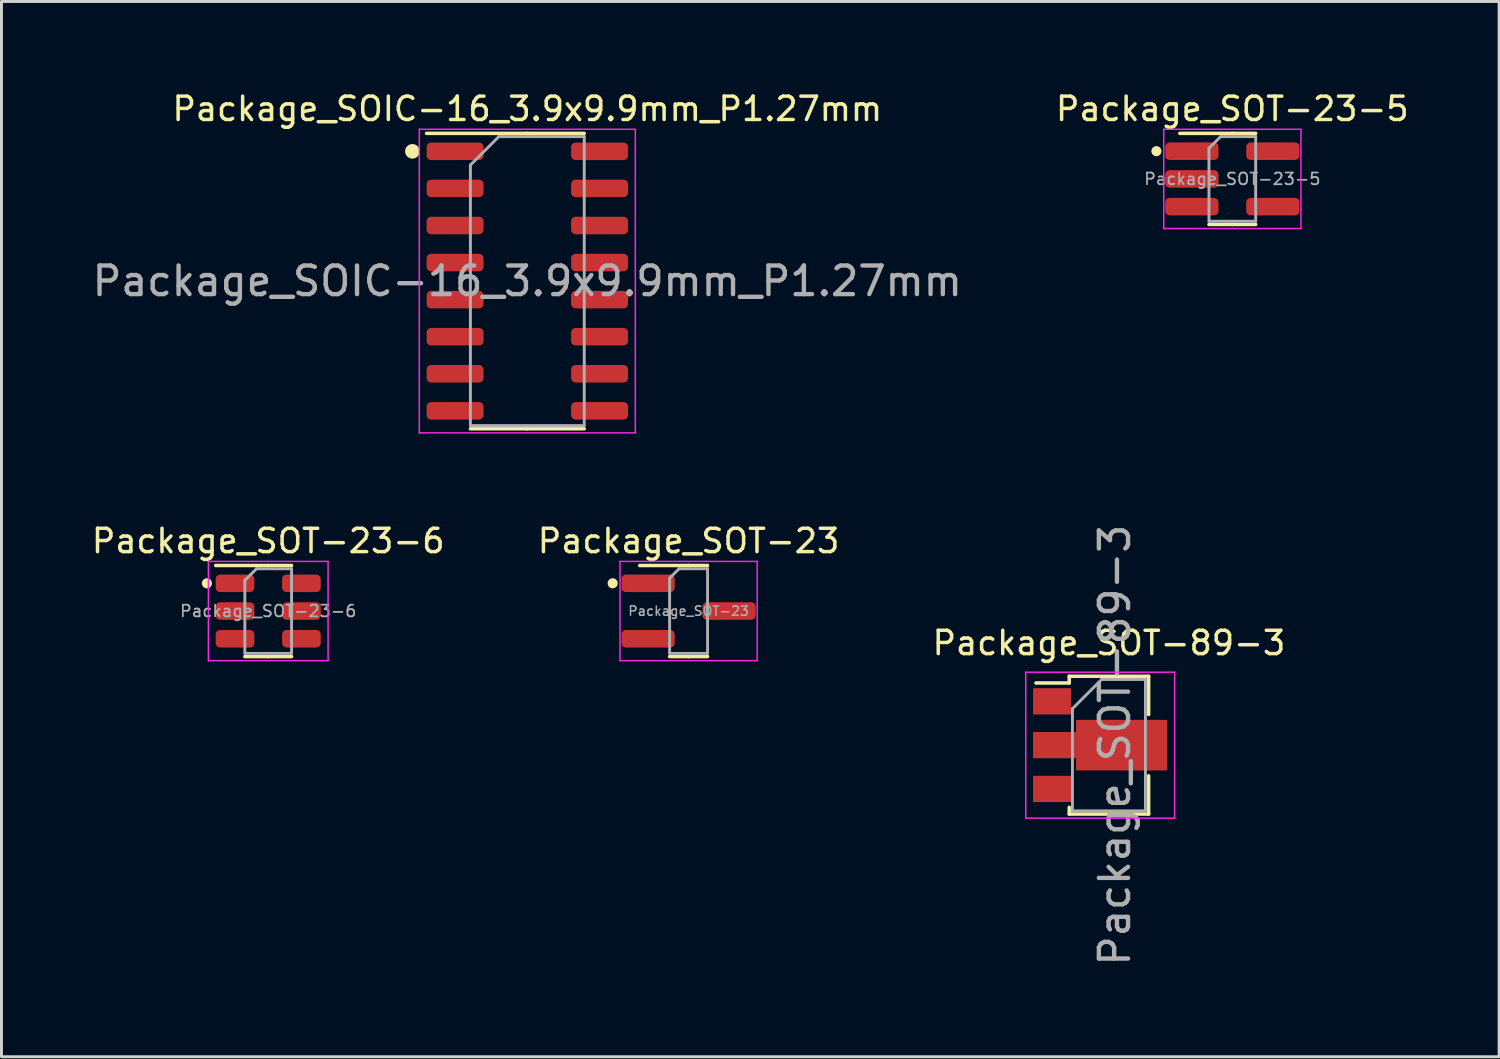
<source format=kicad_pcb>
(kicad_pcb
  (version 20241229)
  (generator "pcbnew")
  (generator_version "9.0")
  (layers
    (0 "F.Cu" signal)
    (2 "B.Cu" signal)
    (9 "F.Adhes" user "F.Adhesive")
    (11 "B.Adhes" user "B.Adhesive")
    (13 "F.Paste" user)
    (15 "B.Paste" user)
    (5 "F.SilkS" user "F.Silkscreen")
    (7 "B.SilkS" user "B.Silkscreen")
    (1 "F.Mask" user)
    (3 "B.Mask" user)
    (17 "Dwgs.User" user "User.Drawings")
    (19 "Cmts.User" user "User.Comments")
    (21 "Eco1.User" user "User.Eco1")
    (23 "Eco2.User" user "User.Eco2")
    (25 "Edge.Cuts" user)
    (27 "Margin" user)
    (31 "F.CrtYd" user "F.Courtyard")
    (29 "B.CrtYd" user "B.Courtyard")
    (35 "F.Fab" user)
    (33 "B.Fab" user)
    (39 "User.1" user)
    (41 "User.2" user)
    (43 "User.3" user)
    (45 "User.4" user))
  (footprint "Package_SOIC-16_3.9x9.9mm_P1.27mm"
    (layer "F.Cu")
    (at 15.014 6.579)
    (property "Reference" "Package_SOIC-16_3.9x9.9mm_P1.27mm" (at 0 -5.9 0) (layer "F.SilkS") (effects (font (size 0.8 0.8) (thickness 0.12))))
    (attr smd)
    (fp_line (start 0 -5.06) (end -3.45 -5.06) (stroke (width 0.12) (type solid)) (layer "F.SilkS"))
    (fp_line (start 0 -5.06) (end 1.95 -5.06) (stroke (width 0.12) (type solid)) (layer "F.SilkS"))
    (fp_line (start 0 5.06) (end -1.95 5.06) (stroke (width 0.12) (type solid)) (layer "F.SilkS"))
    (fp_line (start 0 5.06) (end 1.95 5.06) (stroke (width 0.12) (type solid)) (layer "F.SilkS"))
    (fp_circle (center -3.937 -4.445) (end -3.787 -4.445) (stroke (width 0.2) (type solid)) (fill yes) (layer "F.SilkS"))
    (fp_line (start -3.7 -5.2) (end -3.7 5.2) (stroke (width 0.05) (type solid)) (layer "F.CrtYd"))
    (fp_line (start -3.7 5.2) (end 3.7 5.2) (stroke (width 0.05) (type solid)) (layer "F.CrtYd"))
    (fp_line (start 3.7 -5.2) (end -3.7 -5.2) (stroke (width 0.05) (type solid)) (layer "F.CrtYd"))
    (fp_line (start 3.7 5.2) (end 3.7 -5.2) (stroke (width 0.05) (type solid)) (layer "F.CrtYd"))
    (fp_line (start -1.95 -3.975) (end -0.975 -4.95) (stroke (width 0.1) (type solid)) (layer "F.Fab"))
    (fp_line (start -1.95 4.95) (end -1.95 -3.975) (stroke (width 0.1) (type solid)) (layer "F.Fab"))
    (fp_line (start -0.975 -4.95) (end 1.95 -4.95) (stroke (width 0.1) (type solid)) (layer "F.Fab"))
    (fp_line (start 1.95 -4.95) (end 1.95 4.95) (stroke (width 0.1) (type solid)) (layer "F.Fab"))
    (fp_line (start 1.95 4.95) (end -1.95 4.95) (stroke (width 0.1) (type solid)) (layer "F.Fab"))
    (fp_text user "${REFERENCE}" (at 0 0 0) (layer "F.Fab") (effects (font (size 0.98 0.98) (thickness 0.15))))
    (pad "1" smd roundrect (at -2.475 -4.445) (size 1.95 0.6) (layers "F.Cu" "F.Mask" "F.Paste") (roundrect_rratio 0.25))
    (pad "2" smd roundrect (at -2.475 -3.175) (size 1.95 0.6) (layers "F.Cu" "F.Mask" "F.Paste") (roundrect_rratio 0.25))
    (pad "3" smd roundrect (at -2.475 -1.905) (size 1.95 0.6) (layers "F.Cu" "F.Mask" "F.Paste") (roundrect_rratio 0.25))
    (pad "4" smd roundrect (at -2.475 -0.635) (size 1.95 0.6) (layers "F.Cu" "F.Mask" "F.Paste") (roundrect_rratio 0.25))
    (pad "5" smd roundrect (at -2.475 0.635) (size 1.95 0.6) (layers "F.Cu" "F.Mask" "F.Paste") (roundrect_rratio 0.25))
    (pad "6" smd roundrect (at -2.475 1.905) (size 1.95 0.6) (layers "F.Cu" "F.Mask" "F.Paste") (roundrect_rratio 0.25))
    (pad "7" smd roundrect (at -2.475 3.175) (size 1.95 0.6) (layers "F.Cu" "F.Mask" "F.Paste") (roundrect_rratio 0.25))
    (pad "8" smd roundrect (at -2.475 4.445) (size 1.95 0.6) (layers "F.Cu" "F.Mask" "F.Paste") (roundrect_rratio 0.25))
    (pad "9" smd roundrect (at 2.475 4.445) (size 1.95 0.6) (layers "F.Cu" "F.Mask" "F.Paste") (roundrect_rratio 0.25))
    (pad "10" smd roundrect (at 2.475 3.175) (size 1.95 0.6) (layers "F.Cu" "F.Mask" "F.Paste") (roundrect_rratio 0.25))
    (pad "11" smd roundrect (at 2.475 1.905) (size 1.95 0.6) (layers "F.Cu" "F.Mask" "F.Paste") (roundrect_rratio 0.25))
    (pad "12" smd roundrect (at 2.475 0.635) (size 1.95 0.6) (layers "F.Cu" "F.Mask" "F.Paste") (roundrect_rratio 0.25))
    (pad "13" smd roundrect (at 2.475 -0.635) (size 1.95 0.6) (layers "F.Cu" "F.Mask" "F.Paste") (roundrect_rratio 0.25))
    (pad "14" smd roundrect (at 2.475 -1.905) (size 1.95 0.6) (layers "F.Cu" "F.Mask" "F.Paste") (roundrect_rratio 0.25))
    (pad "15" smd roundrect (at 2.475 -3.175) (size 1.95 0.6) (layers "F.Cu" "F.Mask" "F.Paste") (roundrect_rratio 0.25))
    (pad "16" smd roundrect (at 2.475 -4.445) (size 1.95 0.6) (layers "F.Cu" "F.Mask" "F.Paste") (roundrect_rratio 0.25)))
  (footprint "Package_SOT-23-6"
    (layer "F.Cu")
    (at 6.138 17.882)
    (property "Reference" "Package_SOT-23-6" (at 0 -2.4 0) (layer "F.SilkS") (effects (font (size 0.8 0.8) (thickness 0.12))))
    (attr smd)
    (fp_line (start 0 -1.56) (end -1.8 -1.56) (stroke (width 0.12) (type solid)) (layer "F.SilkS"))
    (fp_line (start 0 -1.56) (end 0.8 -1.56) (stroke (width 0.12) (type solid)) (layer "F.SilkS"))
    (fp_line (start 0 1.56) (end -0.8 1.56) (stroke (width 0.12) (type solid)) (layer "F.SilkS"))
    (fp_line (start 0 1.56) (end 0.8 1.56) (stroke (width 0.12) (type solid)) (layer "F.SilkS"))
    (fp_circle (center -2.1 -0.95) (end -1.987 -0.95) (stroke (width 0.12) (type solid)) (fill yes) (layer "F.SilkS"))
    (fp_line (start -2.05 -1.7) (end -2.05 1.7) (stroke (width 0.05) (type solid)) (layer "F.CrtYd"))
    (fp_line (start -2.05 1.7) (end 2.05 1.7) (stroke (width 0.05) (type solid)) (layer "F.CrtYd"))
    (fp_line (start 2.05 -1.7) (end -2.05 -1.7) (stroke (width 0.05) (type solid)) (layer "F.CrtYd"))
    (fp_line (start 2.05 1.7) (end 2.05 -1.7) (stroke (width 0.05) (type solid)) (layer "F.CrtYd"))
    (fp_line (start -0.8 -1.05) (end -0.4 -1.45) (stroke (width 0.1) (type solid)) (layer "F.Fab"))
    (fp_line (start -0.8 1.45) (end -0.8 -1.05) (stroke (width 0.1) (type solid)) (layer "F.Fab"))
    (fp_line (start -0.4 -1.45) (end 0.8 -1.45) (stroke (width 0.1) (type solid)) (layer "F.Fab"))
    (fp_line (start 0.8 -1.45) (end 0.8 1.45) (stroke (width 0.1) (type solid)) (layer "F.Fab"))
    (fp_line (start 0.8 1.45) (end -0.8 1.45) (stroke (width 0.1) (type solid)) (layer "F.Fab"))
    (fp_text user "${REFERENCE}" (at 0 0 0) (layer "F.Fab") (effects (font (size 0.4 0.4) (thickness 0.06))))
    (pad "1" smd roundrect (at -1.137 -0.95) (size 1.325 0.6) (layers "F.Cu" "F.Mask" "F.Paste") (roundrect_rratio 0.25))
    (pad "2" smd roundrect (at -1.137 0) (size 1.325 0.6) (layers "F.Cu" "F.Mask" "F.Paste") (roundrect_rratio 0.25))
    (pad "3" smd roundrect (at -1.137 0.95) (size 1.325 0.6) (layers "F.Cu" "F.Mask" "F.Paste") (roundrect_rratio 0.25))
    (pad "4" smd roundrect (at 1.137 0.95) (size 1.325 0.6) (layers "F.Cu" "F.Mask" "F.Paste") (roundrect_rratio 0.25))
    (pad "5" smd roundrect (at 1.137 0) (size 1.325 0.6) (layers "F.Cu" "F.Mask" "F.Paste") (roundrect_rratio 0.25))
    (pad "6" smd roundrect (at 1.137 -0.95) (size 1.325 0.6) (layers "F.Cu" "F.Mask" "F.Paste") (roundrect_rratio 0.25)))
  (footprint "Package_SOT-23"
    (layer "F.Cu")
    (at 20.538 17.882)
    (property "Reference" "Package_SOT-23" (at 0 -2.4 0) (layer "F.SilkS") (effects (font (size 0.8 0.8) (thickness 0.12))))
    (attr smd)
    (fp_line (start 0 -1.56) (end -1.675 -1.56) (stroke (width 0.12) (type solid)) (layer "F.SilkS"))
    (fp_line (start 0 -1.56) (end 0.65 -1.56) (stroke (width 0.12) (type solid)) (layer "F.SilkS"))
    (fp_line (start 0 1.56) (end -0.65 1.56) (stroke (width 0.12) (type solid)) (layer "F.SilkS"))
    (fp_line (start 0 1.56) (end 0.65 1.56) (stroke (width 0.12) (type solid)) (layer "F.SilkS"))
    (fp_circle (center -2.6 -0.95) (end -2.487 -0.95) (stroke (width 0.12) (type solid)) (fill yes) (layer "F.SilkS"))
    (fp_line (start -2.35 -1.7) (end -2.35 1.7) (stroke (width 0.05) (type solid)) (layer "F.CrtYd"))
    (fp_line (start -2.35 1.7) (end 2.35 1.7) (stroke (width 0.05) (type solid)) (layer "F.CrtYd"))
    (fp_line (start 2.35 -1.7) (end -2.35 -1.7) (stroke (width 0.05) (type solid)) (layer "F.CrtYd"))
    (fp_line (start 2.35 1.7) (end 2.35 -1.7) (stroke (width 0.05) (type solid)) (layer "F.CrtYd"))
    (fp_line (start -0.65 -1.125) (end -0.325 -1.45) (stroke (width 0.1) (type solid)) (layer "F.Fab"))
    (fp_line (start -0.65 1.45) (end -0.65 -1.125) (stroke (width 0.1) (type solid)) (layer "F.Fab"))
    (fp_line (start -0.325 -1.45) (end 0.65 -1.45) (stroke (width 0.1) (type solid)) (layer "F.Fab"))
    (fp_line (start 0.65 -1.45) (end 0.65 1.45) (stroke (width 0.1) (type solid)) (layer "F.Fab"))
    (fp_line (start 0.65 1.45) (end -0.65 1.45) (stroke (width 0.1) (type solid)) (layer "F.Fab"))
    (fp_text user "${REFERENCE}" (at 0 0 0) (layer "F.Fab") (effects (font (size 0.32 0.32) (thickness 0.05))))
    (pad "1" smd roundrect (at -1.387 -0.95) (size 1.825 0.6) (layers "F.Cu" "F.Mask" "F.Paste") (roundrect_rratio 0.25))
    (pad "2" smd roundrect (at -1.387 0.95) (size 1.825 0.6) (layers "F.Cu" "F.Mask" "F.Paste") (roundrect_rratio 0.25))
    (pad "3" smd roundrect (at 1.387 0) (size 1.825 0.6) (layers "F.Cu" "F.Mask" "F.Paste") (roundrect_rratio 0.25)))
  (footprint "Package_SOT-23-5"
    (layer "F.Cu")
    (at 39.165 3.079)
    (property "Reference" "Package_SOT-23-5" (at 0 -2.4 0) (layer "F.SilkS") (effects (font (size 0.8 0.8) (thickness 0.12))))
    (attr smd)
    (fp_line (start 0 -1.56) (end -1.8 -1.56) (stroke (width 0.12) (type solid)) (layer "F.SilkS"))
    (fp_line (start 0 -1.56) (end 0.8 -1.56) (stroke (width 0.12) (type solid)) (layer "F.SilkS"))
    (fp_line (start 0 1.56) (end -0.8 1.56) (stroke (width 0.12) (type solid)) (layer "F.SilkS"))
    (fp_line (start 0 1.56) (end 0.8 1.56) (stroke (width 0.12) (type solid)) (layer "F.SilkS"))
    (fp_circle (center -2.6 -0.95) (end -2.487 -0.95) (stroke (width 0.12) (type solid)) (fill yes) (layer "F.SilkS"))
    (fp_line (start -2.35 -1.7) (end -2.35 1.7) (stroke (width 0.05) (type solid)) (layer "F.CrtYd"))
    (fp_line (start -2.35 1.7) (end 2.35 1.7) (stroke (width 0.05) (type solid)) (layer "F.CrtYd"))
    (fp_line (start 2.35 -1.7) (end -2.35 -1.7) (stroke (width 0.05) (type solid)) (layer "F.CrtYd"))
    (fp_line (start 2.35 1.7) (end 2.35 -1.7) (stroke (width 0.05) (type solid)) (layer "F.CrtYd"))
    (fp_line (start -0.8 -1.05) (end -0.4 -1.45) (stroke (width 0.1) (type solid)) (layer "F.Fab"))
    (fp_line (start -0.8 1.45) (end -0.8 -1.05) (stroke (width 0.1) (type solid)) (layer "F.Fab"))
    (fp_line (start -0.4 -1.45) (end 0.8 -1.45) (stroke (width 0.1) (type solid)) (layer "F.Fab"))
    (fp_line (start 0.8 -1.45) (end 0.8 1.45) (stroke (width 0.1) (type solid)) (layer "F.Fab"))
    (fp_line (start 0.8 1.45) (end -0.8 1.45) (stroke (width 0.1) (type solid)) (layer "F.Fab"))
    (fp_text user "${REFERENCE}" (at 0 0 0) (layer "F.Fab") (effects (font (size 0.4 0.4) (thickness 0.06))))
    (pad "1" smd roundrect (at -1.387 -0.95) (size 1.825 0.6) (layers "F.Cu" "F.Mask" "F.Paste") (roundrect_rratio 0.25))
    (pad "2" smd roundrect (at -1.387 0) (size 1.825 0.6) (layers "F.Cu" "F.Mask" "F.Paste") (roundrect_rratio 0.25))
    (pad "3" smd roundrect (at -1.387 0.95) (size 1.825 0.6) (layers "F.Cu" "F.Mask" "F.Paste") (roundrect_rratio 0.25))
    (pad "4" smd roundrect (at 1.387 0.95) (size 1.825 0.6) (layers "F.Cu" "F.Mask" "F.Paste") (roundrect_rratio 0.25))
    (pad "5" smd roundrect (at 1.387 -0.95) (size 1.825 0.6) (layers "F.Cu" "F.Mask" "F.Paste") (roundrect_rratio 0.25)))
  (footprint "Package_SOT-89-3"
    (layer "F.Cu")
    (at 34.938 22.476)
    (property "Reference" "Package_SOT-89-3" (at 0 -3.5 0) (layer "F.SilkS") (effects (font (size 0.8 0.8) (thickness 0.12))))
    (attr smd)
    (fp_line (start -2.5 -2.13) (end -1.36 -2.13) (stroke (width 0.12) (type solid)) (layer "F.SilkS"))
    (fp_line (start -1.36 -2.36) (end -1.36 -2.13) (stroke (width 0.12) (type solid)) (layer "F.SilkS"))
    (fp_line (start -1.36 -2.36) (end 1.36 -2.36) (stroke (width 0.12) (type solid)) (layer "F.SilkS"))
    (fp_line (start -1.36 2.36) (end -1.36 2.13) (stroke (width 0.12) (type solid)) (layer "F.SilkS"))
    (fp_line (start 1.36 -2.36) (end 1.36 -1.05) (stroke (width 0.12) (type solid)) (layer "F.SilkS"))
    (fp_line (start 1.36 1.05) (end 1.36 2.36) (stroke (width 0.12) (type solid)) (layer "F.SilkS"))
    (fp_line (start 1.36 2.36) (end -1.36 2.36) (stroke (width 0.12) (type solid)) (layer "F.SilkS"))
    (fp_line (start -2.85 2.5) (end -2.85 -2.5) (stroke (width 0.05) (type solid)) (layer "F.CrtYd"))
    (fp_line (start -2.85 2.5) (end 2.25 2.5) (stroke (width 0.05) (type solid)) (layer "F.CrtYd"))
    (fp_line (start 2.25 -2.5) (end -2.85 -2.5) (stroke (width 0.05) (type solid)) (layer "F.CrtYd"))
    (fp_line (start 2.25 -2.5) (end 2.25 2.5) (stroke (width 0.05) (type solid)) (layer "F.CrtYd"))
    (fp_line (start -1.25 -1.25) (end -0.25 -2.25) (stroke (width 0.1) (type solid)) (layer "F.Fab"))
    (fp_line (start -1.25 2.25) (end -1.25 -1.25) (stroke (width 0.1) (type solid)) (layer "F.Fab"))
    (fp_line (start -0.25 -2.25) (end 1.25 -2.25) (stroke (width 0.1) (type solid)) (layer "F.Fab"))
    (fp_line (start 1.25 -2.25) (end 1.25 2.25) (stroke (width 0.1) (type solid)) (layer "F.Fab"))
    (fp_line (start 1.25 2.25) (end -1.25 2.25) (stroke (width 0.1) (type solid)) (layer "F.Fab"))
    (fp_text user "${REFERENCE}" (at 0.2 0 90) (layer "F.Fab") (effects (font (size 1 1) (thickness 0.15))))
    (pad "1" smd rect (at -1.95 -1.5) (size 1.3 0.9) (layers "F.Cu" "F.Mask" "F.Paste"))
    (pad "2" smd custom (at -1.863 0) (size 1.475 0.9) (layers "F.Cu" "F.Mask" "F.Paste") (options (anchor rect)) (primitives (gr_poly (pts (xy 3.862 0.867) (xy 0.738 0.867) (xy 0.738 -0.867) (xy 3.862 -0.867)) (width 0) (fill yes))))
    (pad "3" smd rect (at -1.95 1.5) (size 1.3 0.9) (layers "F.Cu" "F.Mask" "F.Paste")))
  (gr_rect
    (start -3 -3)
    (end 48.304 33.149)
    (stroke (width 0.1) (type default))
    (fill no)
    (layer "Edge.Cuts")))
</source>
